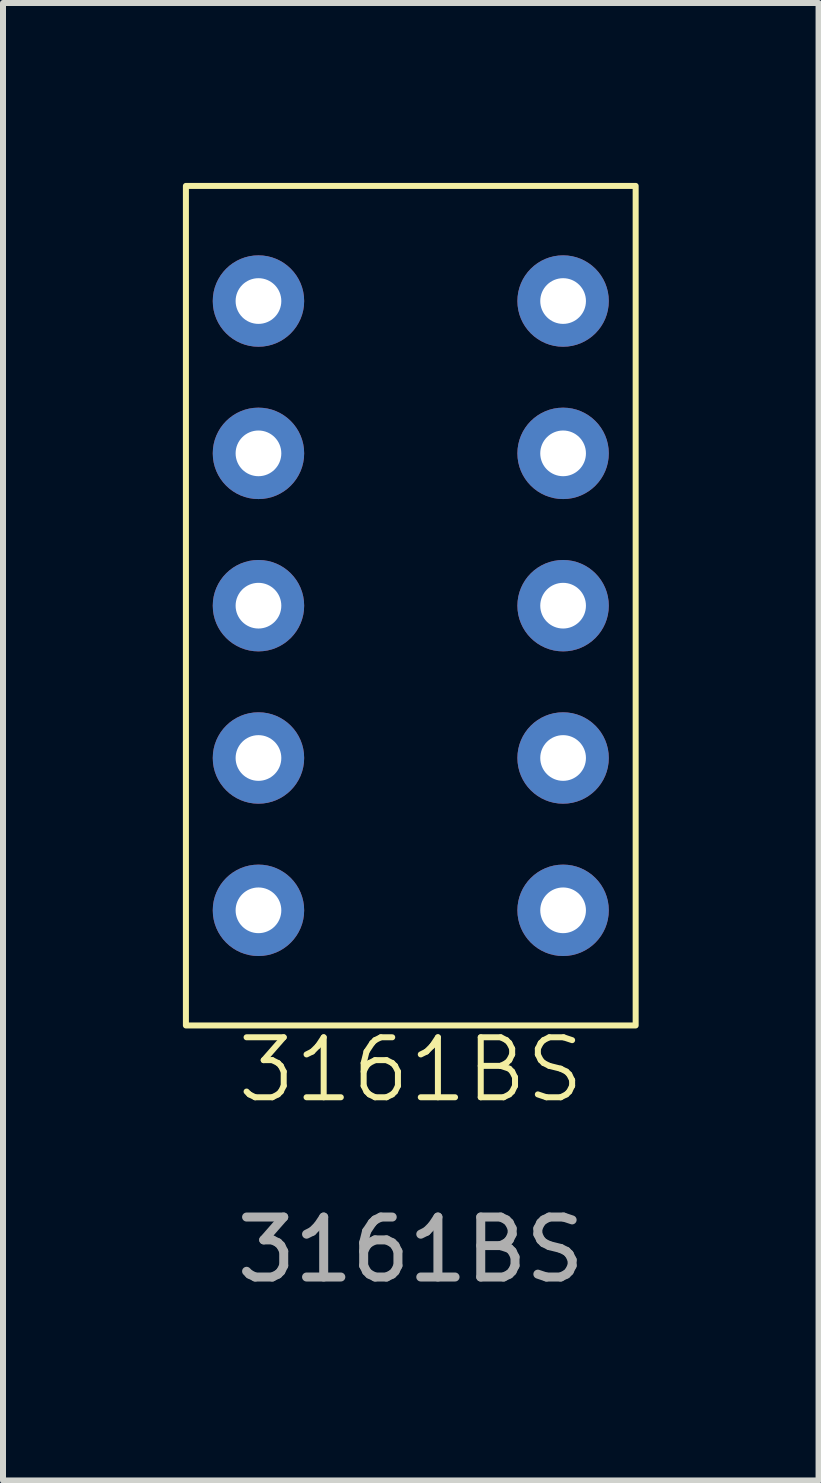
<source format=kicad_pcb>
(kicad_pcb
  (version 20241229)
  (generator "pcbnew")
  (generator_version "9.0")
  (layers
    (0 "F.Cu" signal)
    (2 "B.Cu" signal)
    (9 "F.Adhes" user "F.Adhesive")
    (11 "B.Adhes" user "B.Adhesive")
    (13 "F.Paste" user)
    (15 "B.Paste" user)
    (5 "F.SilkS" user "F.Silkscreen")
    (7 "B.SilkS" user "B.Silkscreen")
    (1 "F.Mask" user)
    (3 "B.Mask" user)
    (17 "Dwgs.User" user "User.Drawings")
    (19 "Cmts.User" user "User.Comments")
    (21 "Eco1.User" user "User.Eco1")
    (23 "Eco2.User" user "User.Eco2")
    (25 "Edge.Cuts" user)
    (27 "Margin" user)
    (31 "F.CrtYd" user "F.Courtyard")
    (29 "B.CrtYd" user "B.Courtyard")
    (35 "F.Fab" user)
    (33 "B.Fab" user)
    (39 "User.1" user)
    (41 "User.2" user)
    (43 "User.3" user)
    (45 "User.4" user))
  (footprint "3161BS"
    (layer "F.Cu")
    (at 3.8 15.29)
    (property "Reference" "3161BS" (at 0 -0.5 0) (unlocked yes) (layer "F.SilkS") (effects (font (size 1 1) (thickness 0.1))))
    (attr through_hole)
    (fp_rect (start -3.75 -15.24) (end 3.75 -1.24) (stroke (width 0.1) (type default)) (fill no) (layer "F.SilkS"))
    (fp_text user "${REFERENCE}" (at 0 2.5 0) (unlocked yes) (layer "F.Fab") (effects (font (size 1 1) (thickness 0.15))))
    (pad "1" thru_hole circle (at -2.54 -13.32) (size 1.524 1.524) (drill 0.762) (layers "*.Cu" "*.Mask"))
    (pad "2" thru_hole circle (at -2.54 -10.78) (size 1.524 1.524) (drill 0.762) (layers "*.Cu" "*.Mask"))
    (pad "3" thru_hole circle (at -2.54 -8.24) (size 1.524 1.524) (drill 0.762) (layers "*.Cu" "*.Mask"))
    (pad "4" thru_hole circle (at -2.54 -5.7) (size 1.524 1.524) (drill 0.762) (layers "*.Cu" "*.Mask"))
    (pad "5" thru_hole circle (at -2.54 -3.16) (size 1.524 1.524) (drill 0.762) (layers "*.Cu" "*.Mask"))
    (pad "6" thru_hole circle (at 2.54 -3.16) (size 1.524 1.524) (drill 0.762) (layers "*.Cu" "*.Mask"))
    (pad "7" thru_hole circle (at 2.54 -5.7) (size 1.524 1.524) (drill 0.762) (layers "*.Cu" "*.Mask"))
    (pad "8" thru_hole circle (at 2.54 -8.24) (size 1.524 1.524) (drill 0.762) (layers "*.Cu" "*.Mask"))
    (pad "9" thru_hole circle (at 2.54 -10.78) (size 1.524 1.524) (drill 0.762) (layers "*.Cu" "*.Mask"))
    (pad "10" thru_hole circle (at 2.54 -13.32) (size 1.524 1.524) (drill 0.762) (layers "*.Cu" "*.Mask")))
  (gr_rect
    (start -3 -3)
    (end 10.6 21.638)
    (stroke (width 0.1) (type default))
    (fill no)
    (layer "Edge.Cuts")))
</source>
